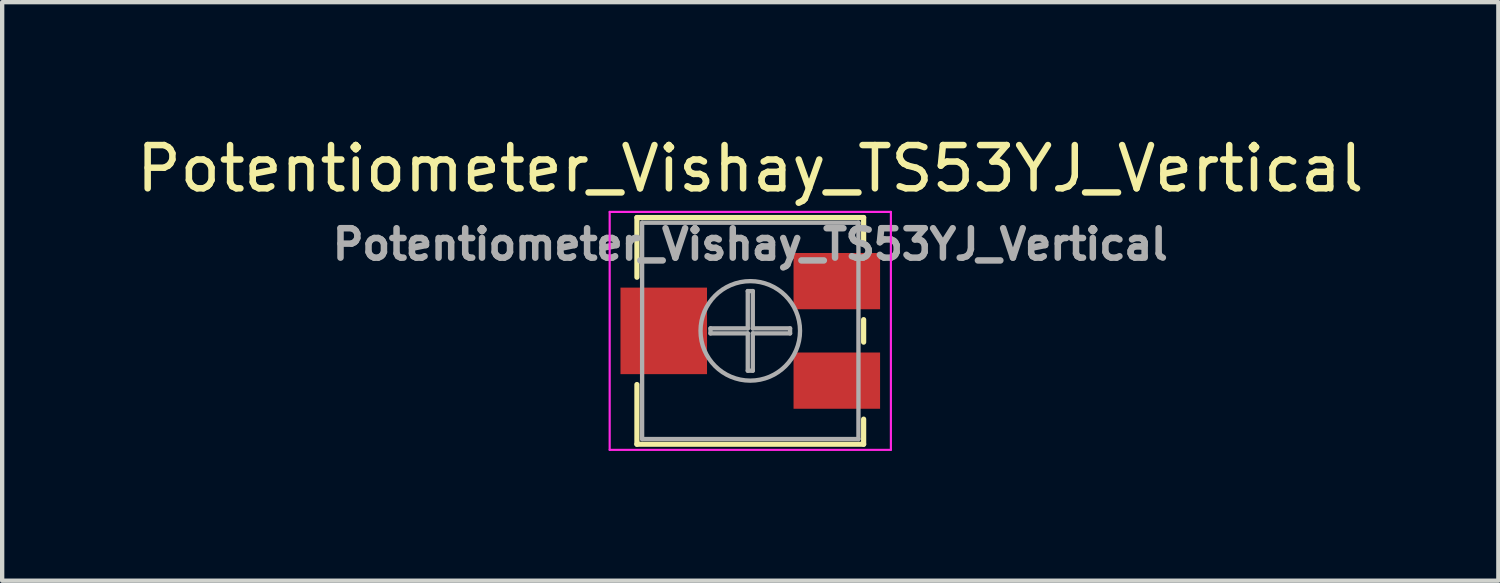
<source format=kicad_pcb>
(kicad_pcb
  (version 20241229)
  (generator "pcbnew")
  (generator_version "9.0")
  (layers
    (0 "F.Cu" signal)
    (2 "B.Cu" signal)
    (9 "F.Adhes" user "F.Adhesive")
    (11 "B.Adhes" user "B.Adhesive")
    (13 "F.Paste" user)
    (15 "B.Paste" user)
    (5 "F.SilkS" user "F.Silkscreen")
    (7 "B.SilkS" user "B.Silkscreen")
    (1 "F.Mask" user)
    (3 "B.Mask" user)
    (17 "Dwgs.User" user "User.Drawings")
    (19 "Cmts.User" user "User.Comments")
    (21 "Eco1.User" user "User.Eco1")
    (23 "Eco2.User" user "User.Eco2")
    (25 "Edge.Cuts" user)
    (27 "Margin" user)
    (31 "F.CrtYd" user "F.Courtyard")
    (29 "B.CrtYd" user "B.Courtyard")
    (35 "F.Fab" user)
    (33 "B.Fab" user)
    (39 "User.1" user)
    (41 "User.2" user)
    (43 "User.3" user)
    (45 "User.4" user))
  (footprint "Potentiometer_Vishay_TS53YJ_Vertical"
    (layer "F.Cu")
    (at 14.292 4.598)
    (property "Reference" "Potentiometer_Vishay_TS53YJ_Vertical" (at 0 -3.75 0) (layer "F.SilkS") (effects (font (size 1 1) (thickness 0.15))))
    (attr smd)
    (fp_line (start -2.62 -2.62) (end -2.62 -1.24) (stroke (width 0.12) (type solid)) (layer "F.SilkS"))
    (fp_line (start -2.62 -2.62) (end 2.62 -2.62) (stroke (width 0.12) (type solid)) (layer "F.SilkS"))
    (fp_line (start -2.62 1.24) (end -2.62 2.62) (stroke (width 0.12) (type solid)) (layer "F.SilkS"))
    (fp_line (start -2.62 2.62) (end 2.62 2.62) (stroke (width 0.12) (type solid)) (layer "F.SilkS"))
    (fp_line (start 2.62 -2.62) (end 2.62 -2.039) (stroke (width 0.12) (type solid)) (layer "F.SilkS"))
    (fp_line (start 2.62 -0.26) (end 2.62 0.26) (stroke (width 0.12) (type solid)) (layer "F.SilkS"))
    (fp_line (start 2.62 2.04) (end 2.62 2.62) (stroke (width 0.12) (type solid)) (layer "F.SilkS"))
    (fp_line (start -3.25 -2.75) (end -3.25 2.75) (stroke (width 0.05) (type solid)) (layer "F.CrtYd"))
    (fp_line (start -3.25 2.75) (end 3.25 2.75) (stroke (width 0.05) (type solid)) (layer "F.CrtYd"))
    (fp_line (start 3.25 -2.75) (end -3.25 -2.75) (stroke (width 0.05) (type solid)) (layer "F.CrtYd"))
    (fp_line (start 3.25 2.75) (end 3.25 -2.75) (stroke (width 0.05) (type solid)) (layer "F.CrtYd"))
    (fp_line (start -2.5 -2.5) (end -2.5 2.5) (stroke (width 0.1) (type solid)) (layer "F.Fab"))
    (fp_line (start -2.5 2.5) (end 2.5 2.5) (stroke (width 0.1) (type solid)) (layer "F.Fab"))
    (fp_line (start -0.92 -0.058) (end -0.058 -0.058) (stroke (width 0.1) (type solid)) (layer "F.Fab"))
    (fp_line (start -0.92 0.058) (end -0.92 -0.058) (stroke (width 0.1) (type solid)) (layer "F.Fab"))
    (fp_line (start -0.058 -0.92) (end 0.058 -0.92) (stroke (width 0.1) (type solid)) (layer "F.Fab"))
    (fp_line (start -0.058 -0.058) (end -0.058 -0.92) (stroke (width 0.1) (type solid)) (layer "F.Fab"))
    (fp_line (start -0.058 0.058) (end -0.92 0.058) (stroke (width 0.1) (type solid)) (layer "F.Fab"))
    (fp_line (start -0.058 0.92) (end -0.058 0.058) (stroke (width 0.1) (type solid)) (layer "F.Fab"))
    (fp_line (start 0.058 -0.92) (end 0.058 -0.058) (stroke (width 0.1) (type solid)) (layer "F.Fab"))
    (fp_line (start 0.058 -0.058) (end 0.92 -0.058) (stroke (width 0.1) (type solid)) (layer "F.Fab"))
    (fp_line (start 0.058 0.058) (end 0.058 0.92) (stroke (width 0.1) (type solid)) (layer "F.Fab"))
    (fp_line (start 0.058 0.92) (end -0.058 0.92) (stroke (width 0.1) (type solid)) (layer "F.Fab"))
    (fp_line (start 0.92 -0.058) (end 0.92 0.058) (stroke (width 0.1) (type solid)) (layer "F.Fab"))
    (fp_line (start 0.92 0.058) (end 0.058 0.058) (stroke (width 0.1) (type solid)) (layer "F.Fab"))
    (fp_line (start 2.5 -2.5) (end -2.5 -2.5) (stroke (width 0.1) (type solid)) (layer "F.Fab"))
    (fp_line (start 2.5 2.5) (end 2.5 -2.5) (stroke (width 0.1) (type solid)) (layer "F.Fab"))
    (fp_circle (center 0 0) (end 1.15 0) (stroke (width 0.1) (type solid)) (fill no) (layer "F.Fab"))
    (fp_text user "${REFERENCE}" (at 0 -2 0) (layer "F.Fab") (effects (font (size 0.68 0.68) (thickness 0.15))))
    (pad "1" smd rect (at 2 -1.15) (size 2 1.3) (layers "F.Cu" "F.Mask" "F.Paste"))
    (pad "2" smd rect (at -2 0) (size 2 2) (layers "F.Cu" "F.Mask" "F.Paste"))
    (pad "3" smd rect (at 2 1.15) (size 2 1.3) (layers "F.Cu" "F.Mask" "F.Paste")))
  (gr_rect
    (start -3 -3)
    (end 31.583 10.373)
    (stroke (width 0.1) (type default))
    (fill no)
    (layer "Edge.Cuts")))
</source>
